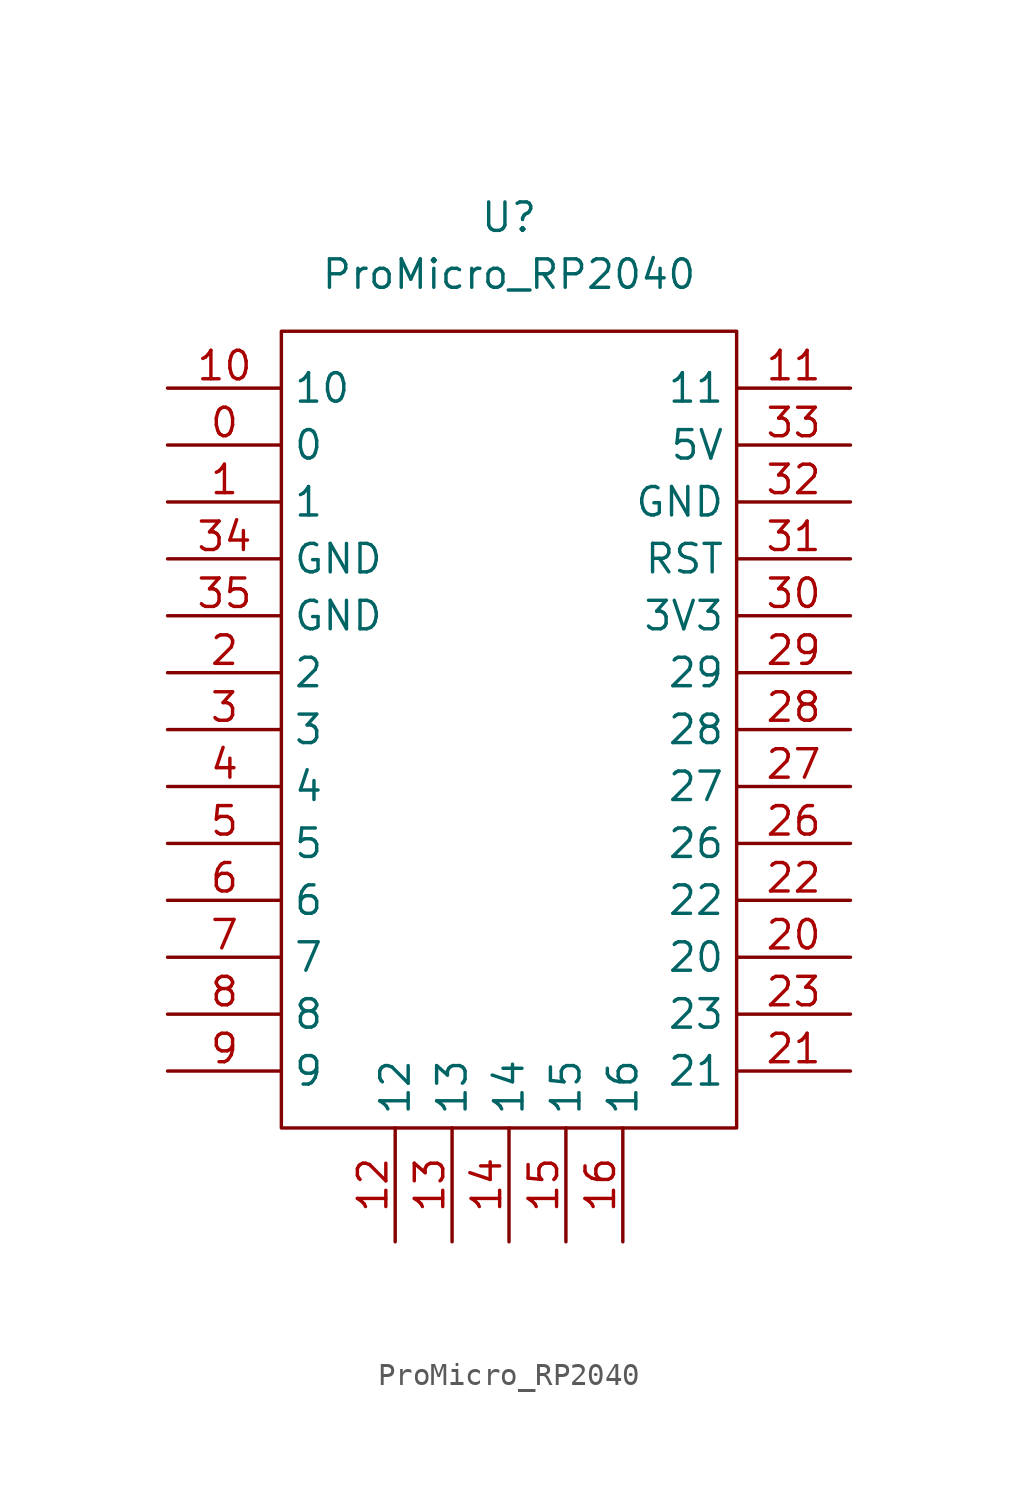
<source format=kicad_sym>
(kicad_symbol_lib
  (version 20220914)
  (generator kicad_symbol_editor)
  (symbol "ProMicro_RP2040"
    (property "Reference" "U"
      (at 0 25.4 0)
      (effects (font (size 1.27 1.27))))
    (property "Value" "ProMicro_RP2040"
      (at 0 22.86 0)
      (effects (font (size 1.27 1.27))))
    (symbol "ProMicro_RP2040_0_1"
      (rectangle (start -10.16 20.32) (end 10.16 -15.24) (stroke (width 0) (type default)) (fill (type none))))
    (symbol "ProMicro_RP2040_1_1"
      (pin bidirectional line (at -15.24 15.24 0) (length 5.08) (name "0" (effects (font (size 1.27 1.27)))) (number "0" (effects (font (size 1.27 1.27)))))
      (pin bidirectional line (at -15.24 12.7 0) (length 5.08) (name "1" (effects (font (size 1.27 1.27)))) (number "1" (effects (font (size 1.27 1.27)))))
      (pin bidirectional line (at -15.24 17.78 0) (length 5.08) (name "10" (effects (font (size 1.27 1.27)))) (number "10" (effects (font (size 1.27 1.27)))))
      (pin bidirectional line (at 15.24 17.78 180) (length 5.08) (name "11" (effects (font (size 1.27 1.27)))) (number "11" (effects (font (size 1.27 1.27)))))
      (pin bidirectional line (at -5.08 -20.32 90) (length 5.08) (name "12" (effects (font (size 1.27 1.27)))) (number "12" (effects (font (size 1.27 1.27)))))
      (pin bidirectional line (at -2.54 -20.32 90) (length 5.08) (name "13" (effects (font (size 1.27 1.27)))) (number "13" (effects (font (size 1.27 1.27)))))
      (pin bidirectional line (at 0 -20.32 90) (length 5.08) (name "14" (effects (font (size 1.27 1.27)))) (number "14" (effects (font (size 1.27 1.27)))))
      (pin bidirectional line (at 2.54 -20.32 90) (length 5.08) (name "15" (effects (font (size 1.27 1.27)))) (number "15" (effects (font (size 1.27 1.27)))))
      (pin bidirectional line (at 5.08 -20.32 90) (length 5.08) (name "16" (effects (font (size 1.27 1.27)))) (number "16" (effects (font (size 1.27 1.27)))))
      (pin bidirectional line (at -15.24 5.08 0) (length 5.08) (name "2" (effects (font (size 1.27 1.27)))) (number "2" (effects (font (size 1.27 1.27)))))
      (pin bidirectional line (at 15.24 -7.62 180) (length 5.08) (name "20" (effects (font (size 1.27 1.27)))) (number "20" (effects (font (size 1.27 1.27)))))
      (pin bidirectional line (at 15.24 -12.7 180) (length 5.08) (name "21" (effects (font (size 1.27 1.27)))) (number "21" (effects (font (size 1.27 1.27)))))
      (pin bidirectional line (at 15.24 -5.08 180) (length 5.08) (name "22" (effects (font (size 1.27 1.27)))) (number "22" (effects (font (size 1.27 1.27)))))
      (pin bidirectional line (at 15.24 -10.16 180) (length 5.08) (name "23" (effects (font (size 1.27 1.27)))) (number "23" (effects (font (size 1.27 1.27)))))
      (pin bidirectional line (at 15.24 -2.54 180) (length 5.08) (name "26" (effects (font (size 1.27 1.27)))) (number "26" (effects (font (size 1.27 1.27)))))
      (pin bidirectional line (at 15.24 0 180) (length 5.08) (name "27" (effects (font (size 1.27 1.27)))) (number "27" (effects (font (size 1.27 1.27)))))
      (pin bidirectional line (at 15.24 2.54 180) (length 5.08) (name "28" (effects (font (size 1.27 1.27)))) (number "28" (effects (font (size 1.27 1.27)))))
      (pin bidirectional line (at 15.24 5.08 180) (length 5.08) (name "29" (effects (font (size 1.27 1.27)))) (number "29" (effects (font (size 1.27 1.27)))))
      (pin bidirectional line (at -15.24 2.54 0) (length 5.08) (name "3" (effects (font (size 1.27 1.27)))) (number "3" (effects (font (size 1.27 1.27)))))
      (pin power_out line (at 15.24 7.62 180) (length 5.08) (name "3V3" (effects (font (size 1.27 1.27)))) (number "30" (effects (font (size 1.27 1.27)))))
      (pin input line (at 15.24 10.16 180) (length 5.08) (name "RST" (effects (font (size 1.27 1.27)))) (number "31" (effects (font (size 1.27 1.27)))))
      (pin power_in line (at 15.24 12.7 180) (length 5.08) (name "GND" (effects (font (size 1.27 1.27)))) (number "32" (effects (font (size 1.27 1.27)))))
      (pin power_out line (at 15.24 15.24 180) (length 5.08) (name "5V" (effects (font (size 1.27 1.27)))) (number "33" (effects (font (size 1.27 1.27)))))
      (pin power_in line (at -15.24 10.16 0) (length 5.08) (name "GND" (effects (font (size 1.27 1.27)))) (number "34" (effects (font (size 1.27 1.27)))))
      (pin power_in line (at -15.24 7.62 0) (length 5.08) (name "GND" (effects (font (size 1.27 1.27)))) (number "35" (effects (font (size 1.27 1.27)))))
      (pin bidirectional line (at -15.24 0 0) (length 5.08) (name "4" (effects (font (size 1.27 1.27)))) (number "4" (effects (font (size 1.27 1.27)))))
      (pin bidirectional line (at -15.24 -2.54 0) (length 5.08) (name "5" (effects (font (size 1.27 1.27)))) (number "5" (effects (font (size 1.27 1.27)))))
      (pin bidirectional line (at -15.24 -5.08 0) (length 5.08) (name "6" (effects (font (size 1.27 1.27)))) (number "6" (effects (font (size 1.27 1.27)))))
      (pin bidirectional line (at -15.24 -7.62 0) (length 5.08) (name "7" (effects (font (size 1.27 1.27)))) (number "7" (effects (font (size 1.27 1.27)))))
      (pin bidirectional line (at -15.24 -10.16 0) (length 5.08) (name "8" (effects (font (size 1.27 1.27)))) (number "8" (effects (font (size 1.27 1.27)))))
      (pin bidirectional line (at -15.24 -12.7 0) (length 5.08) (name "9" (effects (font (size 1.27 1.27)))) (number "9" (effects (font (size 1.27 1.27))))))))
</source>
